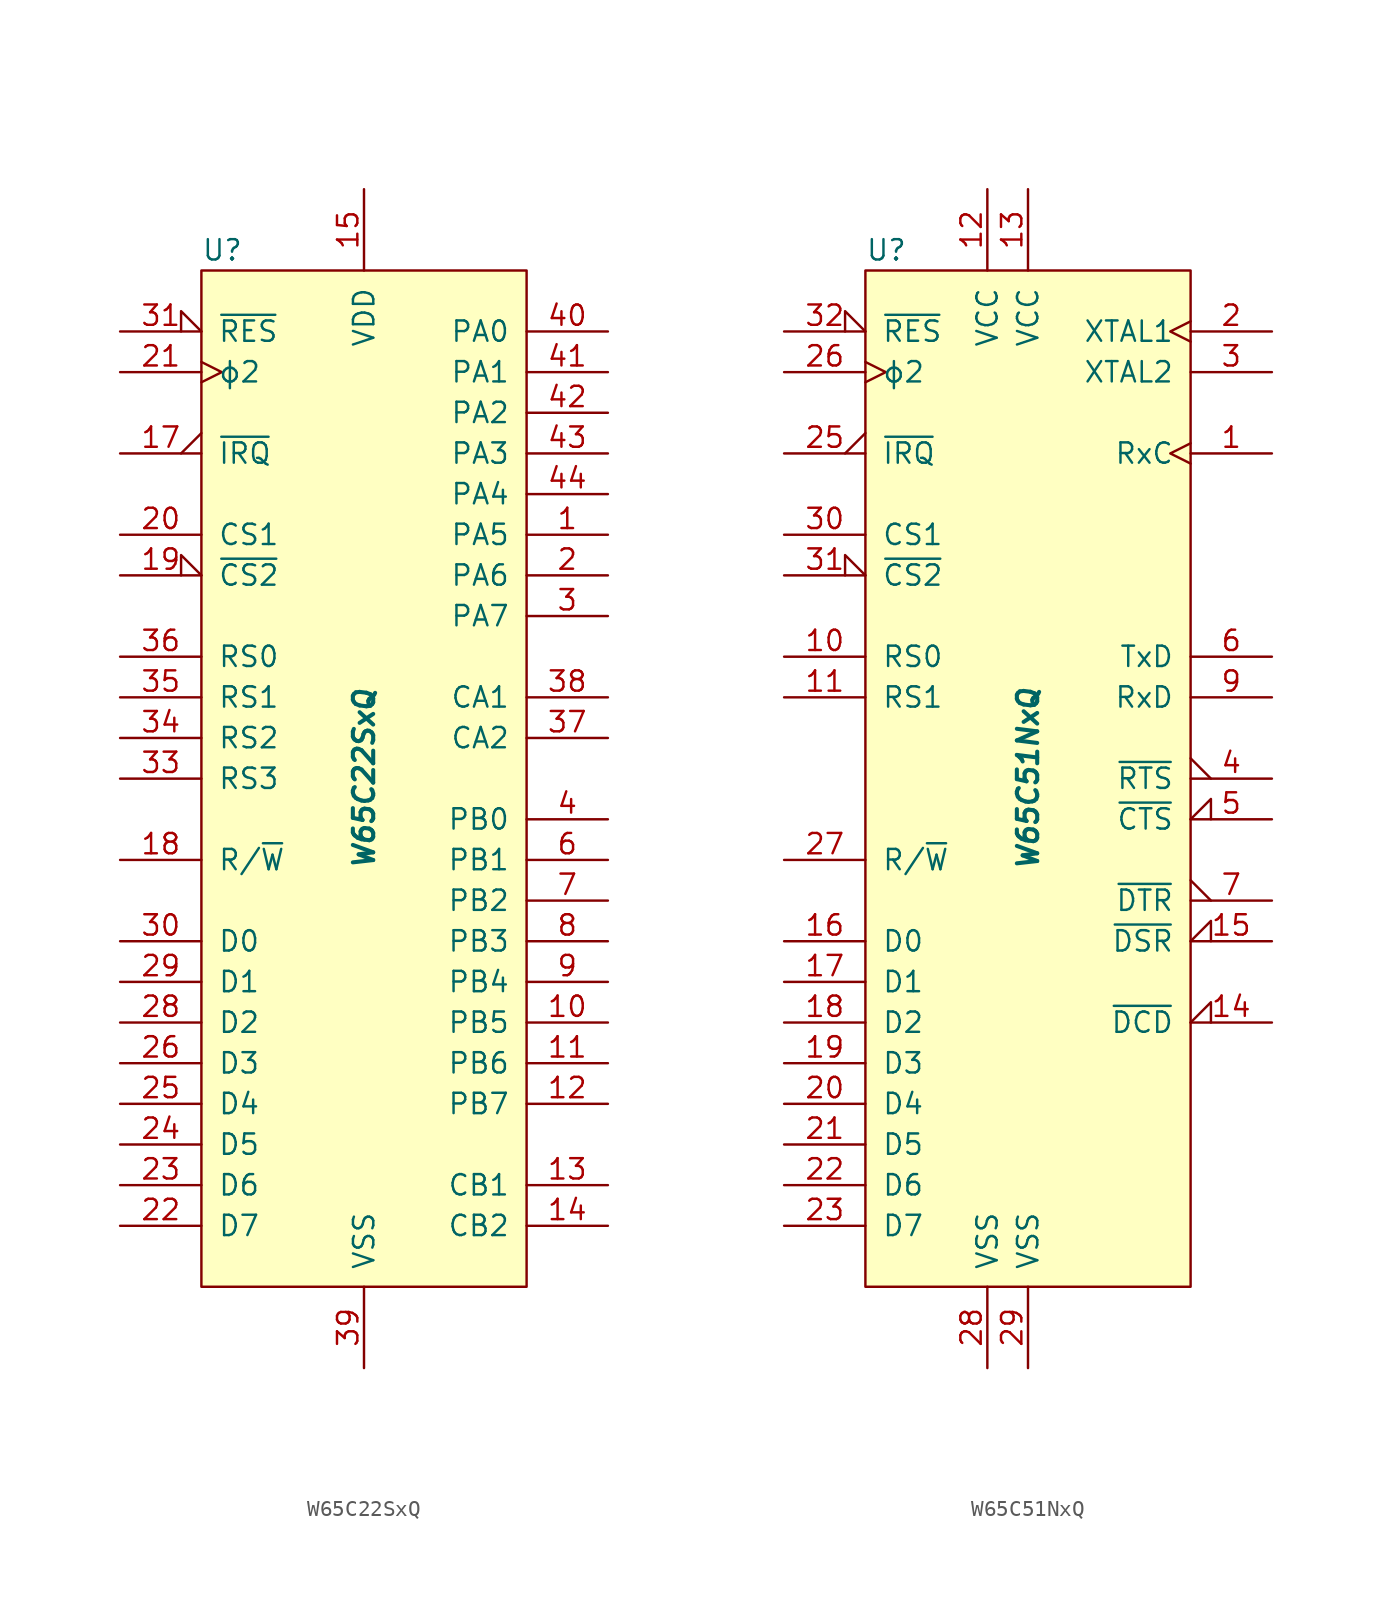
<source format=kicad_sym>
(kicad_symbol_lib
  (version 20201005)
  (generator kicad_symbol_editor)
  (symbol "W65C22SxQ"
    (pin_names
      (offset 1.016))
    (property "Reference" "U"
      (at -10.16 33.02 0)
      (effects (font (size 1.27 1.27)) (justify left)))
    (property "Value" "W65C22SxQ"
      (at 0 0 90)
      (effects (font (size 1.27 1.27) bold italic)))
    (symbol "W65C22SxQ_0_1"
      (rectangle (start -10.16 31.75) (end 10.16 -31.75) (stroke (width 0)) (fill (type background))))
    (symbol "W65C22SxQ_1_1"
      (pin bidirectional line (at 15.24 15.24 180) (length 5.08) (name "PA5" (effects (font (size 1.27 1.27)))) (number "1" (effects (font (size 1.27 1.27)))))
      (pin bidirectional line (at 15.24 -15.24 180) (length 5.08) (name "PB5" (effects (font (size 1.27 1.27)))) (number "10" (effects (font (size 1.27 1.27)))))
      (pin bidirectional line (at 15.24 -17.78 180) (length 5.08) (name "PB6" (effects (font (size 1.27 1.27)))) (number "11" (effects (font (size 1.27 1.27)))))
      (pin bidirectional line (at 15.24 -20.32 180) (length 5.08) (name "PB7" (effects (font (size 1.27 1.27)))) (number "12" (effects (font (size 1.27 1.27)))))
      (pin input line (at 15.24 -25.4 180) (length 5.08) (name "CB1" (effects (font (size 1.27 1.27)))) (number "13" (effects (font (size 1.27 1.27)))))
      (pin bidirectional line (at 15.24 -27.94 180) (length 5.08) (name "CB2" (effects (font (size 1.27 1.27)))) (number "14" (effects (font (size 1.27 1.27)))))
      (pin power_in line (at 0 36.83 270) (length 5.08) (name "VDD" (effects (font (size 1.27 1.27)))) (number "15" (effects (font (size 1.27 1.27)))))
      (pin unconnected non_logic (at -10.16 17.78 0) (length 2.54) hide (name "nc" (effects (font (size 1.27 1.27)))) (number "16" (effects (font (size 1.27 1.27)))))
      (pin output output_low (at -15.24 20.32 0) (length 5.08) (name "~IRQ" (effects (font (size 1.27 1.27)))) (number "17" (effects (font (size 1.27 1.27)))))
      (pin input line (at -15.24 -5.08 0) (length 5.08) (name "R/~W" (effects (font (size 1.27 1.27)))) (number "18" (effects (font (size 1.27 1.27)))))
      (pin input input_low (at -15.24 12.7 0) (length 5.08) (name "~CS2" (effects (font (size 1.27 1.27)))) (number "19" (effects (font (size 1.27 1.27)))))
      (pin bidirectional line (at 15.24 12.7 180) (length 5.08) (name "PA6" (effects (font (size 1.27 1.27)))) (number "2" (effects (font (size 1.27 1.27)))))
      (pin input line (at -15.24 15.24 0) (length 5.08) (name "CS1" (effects (font (size 1.27 1.27)))) (number "20" (effects (font (size 1.27 1.27)))))
      (pin input clock (at -15.24 25.4 0) (length 5.08) (name "ϕ2" (effects (font (size 1.27 1.27)))) (number "21" (effects (font (size 1.27 1.27)))))
      (pin bidirectional line (at -15.24 -27.94 0) (length 5.08) (name "D7" (effects (font (size 1.27 1.27)))) (number "22" (effects (font (size 1.27 1.27)))))
      (pin bidirectional line (at -15.24 -25.4 0) (length 5.08) (name "D6" (effects (font (size 1.27 1.27)))) (number "23" (effects (font (size 1.27 1.27)))))
      (pin bidirectional line (at -15.24 -22.86 0) (length 5.08) (name "D5" (effects (font (size 1.27 1.27)))) (number "24" (effects (font (size 1.27 1.27)))))
      (pin bidirectional line (at -15.24 -20.32 0) (length 5.08) (name "D4" (effects (font (size 1.27 1.27)))) (number "25" (effects (font (size 1.27 1.27)))))
      (pin bidirectional line (at -15.24 -17.78 0) (length 5.08) (name "D3" (effects (font (size 1.27 1.27)))) (number "26" (effects (font (size 1.27 1.27)))))
      (pin unconnected non_logic (at -10.16 10.16 0) (length 2.54) hide (name "nc" (effects (font (size 1.27 1.27)))) (number "27" (effects (font (size 1.27 1.27)))))
      (pin bidirectional line (at -15.24 -15.24 0) (length 5.08) (name "D2" (effects (font (size 1.27 1.27)))) (number "28" (effects (font (size 1.27 1.27)))))
      (pin bidirectional line (at -15.24 -12.7 0) (length 5.08) (name "D1" (effects (font (size 1.27 1.27)))) (number "29" (effects (font (size 1.27 1.27)))))
      (pin bidirectional line (at 15.24 10.16 180) (length 5.08) (name "PA7" (effects (font (size 1.27 1.27)))) (number "3" (effects (font (size 1.27 1.27)))))
      (pin bidirectional line (at -15.24 -10.16 0) (length 5.08) (name "D0" (effects (font (size 1.27 1.27)))) (number "30" (effects (font (size 1.27 1.27)))))
      (pin input input_low (at -15.24 27.94 0) (length 5.08) (name "~RES" (effects (font (size 1.27 1.27)))) (number "31" (effects (font (size 1.27 1.27)))))
      (pin unconnected non_logic (at -10.16 -2.54 0) (length 2.54) hide (name "nc" (effects (font (size 1.27 1.27)))) (number "32" (effects (font (size 1.27 1.27)))))
      (pin input line (at -15.24 0 0) (length 5.08) (name "RS3" (effects (font (size 1.27 1.27)))) (number "33" (effects (font (size 1.27 1.27)))))
      (pin input line (at -15.24 2.54 0) (length 5.08) (name "RS2" (effects (font (size 1.27 1.27)))) (number "34" (effects (font (size 1.27 1.27)))))
      (pin input line (at -15.24 5.08 0) (length 5.08) (name "RS1" (effects (font (size 1.27 1.27)))) (number "35" (effects (font (size 1.27 1.27)))))
      (pin input line (at -15.24 7.62 0) (length 5.08) (name "RS0" (effects (font (size 1.27 1.27)))) (number "36" (effects (font (size 1.27 1.27)))))
      (pin bidirectional line (at 15.24 2.54 180) (length 5.08) (name "CA2" (effects (font (size 1.27 1.27)))) (number "37" (effects (font (size 1.27 1.27)))))
      (pin input line (at 15.24 5.08 180) (length 5.08) (name "CA1" (effects (font (size 1.27 1.27)))) (number "38" (effects (font (size 1.27 1.27)))))
      (pin power_in line (at 0 -36.83 90) (length 5.08) (name "VSS" (effects (font (size 1.27 1.27)))) (number "39" (effects (font (size 1.27 1.27)))))
      (pin bidirectional line (at 15.24 -2.54 180) (length 5.08) (name "PB0" (effects (font (size 1.27 1.27)))) (number "4" (effects (font (size 1.27 1.27)))))
      (pin bidirectional line (at 15.24 27.94 180) (length 5.08) (name "PA0" (effects (font (size 1.27 1.27)))) (number "40" (effects (font (size 1.27 1.27)))))
      (pin bidirectional line (at 15.24 25.4 180) (length 5.08) (name "PA1" (effects (font (size 1.27 1.27)))) (number "41" (effects (font (size 1.27 1.27)))))
      (pin bidirectional line (at 15.24 22.86 180) (length 5.08) (name "PA2" (effects (font (size 1.27 1.27)))) (number "42" (effects (font (size 1.27 1.27)))))
      (pin bidirectional line (at 15.24 20.32 180) (length 5.08) (name "PA3" (effects (font (size 1.27 1.27)))) (number "43" (effects (font (size 1.27 1.27)))))
      (pin bidirectional line (at 15.24 17.78 180) (length 5.08) (name "PA4" (effects (font (size 1.27 1.27)))) (number "44" (effects (font (size 1.27 1.27)))))
      (pin unconnected non_logic (at -10.16 22.86 0) (length 2.54) hide (name "nc" (effects (font (size 1.27 1.27)))) (number "5" (effects (font (size 1.27 1.27)))))
      (pin bidirectional line (at 15.24 -5.08 180) (length 5.08) (name "PB1" (effects (font (size 1.27 1.27)))) (number "6" (effects (font (size 1.27 1.27)))))
      (pin bidirectional line (at 15.24 -7.62 180) (length 5.08) (name "PB2" (effects (font (size 1.27 1.27)))) (number "7" (effects (font (size 1.27 1.27)))))
      (pin bidirectional line (at 15.24 -10.16 180) (length 5.08) (name "PB3" (effects (font (size 1.27 1.27)))) (number "8" (effects (font (size 1.27 1.27)))))
      (pin bidirectional line (at 15.24 -12.7 180) (length 5.08) (name "PB4" (effects (font (size 1.27 1.27)))) (number "9" (effects (font (size 1.27 1.27)))))))
  (symbol "W65C51NxQ"
    (pin_names
      (offset 1.016))
    (property "Reference" "U"
      (at -10.16 33.02 0)
      (effects (font (size 1.27 1.27)) (justify left)))
    (property "Value" "W65C51NxQ"
      (at 0 0 90)
      (effects (font (size 1.27 1.27) bold italic)))
    (symbol "W65C51NxQ_0_1"
      (rectangle (start -10.16 31.75) (end 10.16 -31.75) (stroke (width 0)) (fill (type background))))
    (symbol "W65C51NxQ_1_1"
      (pin bidirectional clock (at 15.24 20.32 180) (length 5.08) (name "RxC" (effects (font (size 1.27 1.27)))) (number "1" (effects (font (size 1.27 1.27)))))
      (pin input line (at -15.24 7.62 0) (length 5.08) (name "RS0" (effects (font (size 1.27 1.27)))) (number "10" (effects (font (size 1.27 1.27)))))
      (pin input line (at -15.24 5.08 0) (length 5.08) (name "RS1" (effects (font (size 1.27 1.27)))) (number "11" (effects (font (size 1.27 1.27)))))
      (pin power_in line (at -2.54 36.83 270) (length 5.08) (name "VCC" (effects (font (size 1.27 1.27)))) (number "12" (effects (font (size 1.27 1.27)))))
      (pin power_in line (at 0 36.83 270) (length 5.08) (name "VCC" (effects (font (size 1.27 1.27)))) (number "13" (effects (font (size 1.27 1.27)))))
      (pin input input_low (at 15.24 -15.24 180) (length 5.08) (name "~DCD" (effects (font (size 1.27 1.27)))) (number "14" (effects (font (size 1.27 1.27)))))
      (pin input input_low (at 15.24 -10.16 180) (length 5.08) (name "~DSR" (effects (font (size 1.27 1.27)))) (number "15" (effects (font (size 1.27 1.27)))))
      (pin bidirectional line (at -15.24 -10.16 0) (length 5.08) (name "D0" (effects (font (size 1.27 1.27)))) (number "16" (effects (font (size 1.27 1.27)))))
      (pin bidirectional line (at -15.24 -12.7 0) (length 5.08) (name "D1" (effects (font (size 1.27 1.27)))) (number "17" (effects (font (size 1.27 1.27)))))
      (pin bidirectional line (at -15.24 -15.24 0) (length 5.08) (name "D2" (effects (font (size 1.27 1.27)))) (number "18" (effects (font (size 1.27 1.27)))))
      (pin bidirectional line (at -15.24 -17.78 0) (length 5.08) (name "D3" (effects (font (size 1.27 1.27)))) (number "19" (effects (font (size 1.27 1.27)))))
      (pin input clock (at 15.24 27.94 180) (length 5.08) (name "XTAL1" (effects (font (size 1.27 1.27)))) (number "2" (effects (font (size 1.27 1.27)))))
      (pin bidirectional line (at -15.24 -20.32 0) (length 5.08) (name "D4" (effects (font (size 1.27 1.27)))) (number "20" (effects (font (size 1.27 1.27)))))
      (pin bidirectional line (at -15.24 -22.86 0) (length 5.08) (name "D5" (effects (font (size 1.27 1.27)))) (number "21" (effects (font (size 1.27 1.27)))))
      (pin bidirectional line (at -15.24 -25.4 0) (length 5.08) (name "D6" (effects (font (size 1.27 1.27)))) (number "22" (effects (font (size 1.27 1.27)))))
      (pin bidirectional line (at -15.24 -27.94 0) (length 5.08) (name "D7" (effects (font (size 1.27 1.27)))) (number "23" (effects (font (size 1.27 1.27)))))
      (pin unconnected non_logic (at 10.16 -27.94 180) (length 2.565) hide (name "nc" (effects (font (size 1.27 1.27)))) (number "24" (effects (font (size 1.27 1.27)))))
      (pin open_collector output_low (at -15.24 20.32 0) (length 5.08) (name "~IRQ" (effects (font (size 1.27 1.27)))) (number "25" (effects (font (size 1.27 1.27)))))
      (pin input clock (at -15.24 25.4 0) (length 5.08) (name "ϕ2" (effects (font (size 1.27 1.27)))) (number "26" (effects (font (size 1.27 1.27)))))
      (pin input line (at -15.24 -5.08 0) (length 5.08) (name "R/~W" (effects (font (size 1.27 1.27)))) (number "27" (effects (font (size 1.27 1.27)))))
      (pin power_in line (at -2.54 -36.83 90) (length 5.08) (name "VSS" (effects (font (size 1.27 1.27)))) (number "28" (effects (font (size 1.27 1.27)))))
      (pin power_in line (at 0 -36.83 90) (length 5.08) (name "VSS" (effects (font (size 1.27 1.27)))) (number "29" (effects (font (size 1.27 1.27)))))
      (pin output line (at 15.24 25.4 180) (length 5.08) (name "XTAL2" (effects (font (size 1.27 1.27)))) (number "3" (effects (font (size 1.27 1.27)))))
      (pin input line (at -15.24 15.24 0) (length 5.08) (name "CS1" (effects (font (size 1.27 1.27)))) (number "30" (effects (font (size 1.27 1.27)))))
      (pin input input_low (at -15.24 12.7 0) (length 5.08) (name "~CS2" (effects (font (size 1.27 1.27)))) (number "31" (effects (font (size 1.27 1.27)))))
      (pin input input_low (at -15.24 27.94 0) (length 5.08) (name "~RES" (effects (font (size 1.27 1.27)))) (number "32" (effects (font (size 1.27 1.27)))))
      (pin output output_low (at 15.24 0 180) (length 5.08) (name "~RTS" (effects (font (size 1.27 1.27)))) (number "4" (effects (font (size 1.27 1.27)))))
      (pin input input_low (at 15.24 -2.54 180) (length 5.08) (name "~CTS" (effects (font (size 1.27 1.27)))) (number "5" (effects (font (size 1.27 1.27)))))
      (pin output line (at 15.24 7.62 180) (length 5.08) (name "TxD" (effects (font (size 1.27 1.27)))) (number "6" (effects (font (size 1.27 1.27)))))
      (pin output output_low (at 15.24 -7.62 180) (length 5.08) (name "~DTR" (effects (font (size 1.27 1.27)))) (number "7" (effects (font (size 1.27 1.27)))))
      (pin unconnected non_logic (at 10.16 -25.4 180) (length 2.565) hide (name "nc" (effects (font (size 1.27 1.27)))) (number "8" (effects (font (size 1.27 1.27)))))
      (pin input line (at 15.24 5.08 180) (length 5.08) (name "RxD" (effects (font (size 1.27 1.27)))) (number "9" (effects (font (size 1.27 1.27))))))))
</source>
